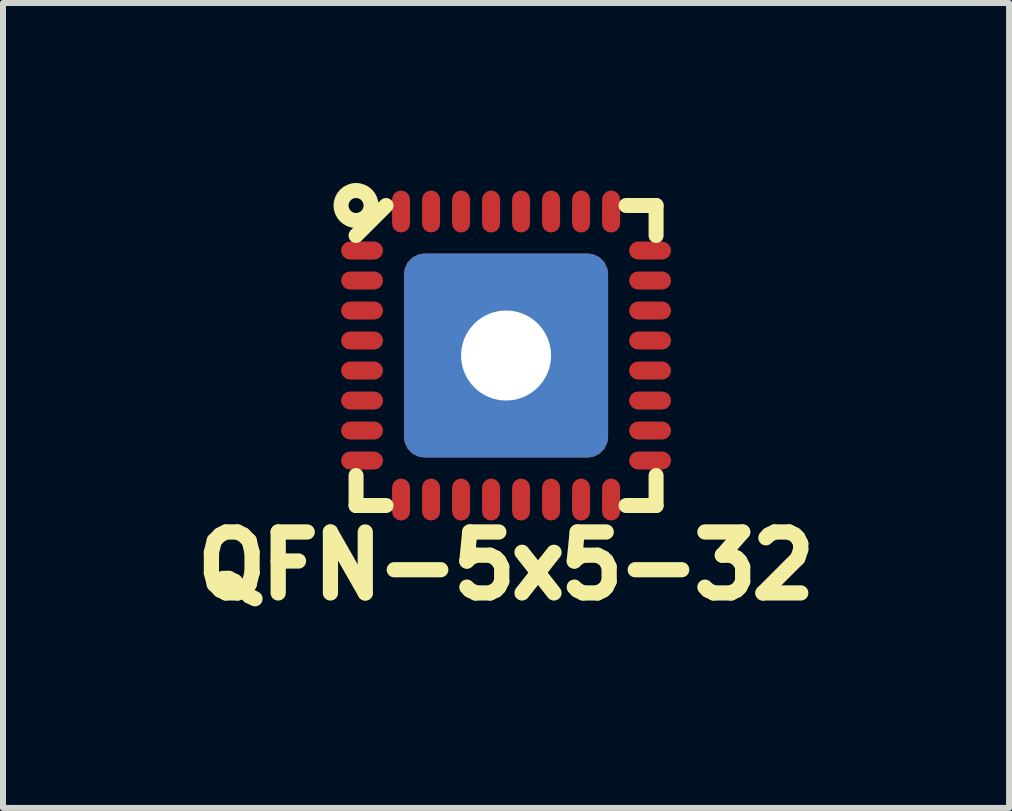
<source format=kicad_pcb>
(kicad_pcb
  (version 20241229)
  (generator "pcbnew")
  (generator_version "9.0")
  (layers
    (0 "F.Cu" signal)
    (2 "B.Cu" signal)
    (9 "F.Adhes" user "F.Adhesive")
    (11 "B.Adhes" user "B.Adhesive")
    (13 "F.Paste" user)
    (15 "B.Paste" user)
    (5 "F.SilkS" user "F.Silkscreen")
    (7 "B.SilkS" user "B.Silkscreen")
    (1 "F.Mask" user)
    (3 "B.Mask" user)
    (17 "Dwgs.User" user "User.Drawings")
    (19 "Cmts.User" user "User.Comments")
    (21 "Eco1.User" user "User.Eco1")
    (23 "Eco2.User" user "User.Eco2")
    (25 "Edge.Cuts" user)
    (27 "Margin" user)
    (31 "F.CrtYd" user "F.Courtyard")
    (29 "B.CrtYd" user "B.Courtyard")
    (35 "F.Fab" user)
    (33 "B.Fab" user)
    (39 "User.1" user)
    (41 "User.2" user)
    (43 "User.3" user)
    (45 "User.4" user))
  (footprint "QFN-5x5-32"
    (layer "F.Cu")
    (at 5.384 2.875)
    (property "Reference" "QFN-5x5-32" (at 0 3.5 0) (layer "F.SilkS") (effects (font (size 1.016 1.016) (thickness 0.254))))
    (attr through_hole)
    (fp_line (start -2.5 2) (end -2.5 2.5) (stroke (width 0.25) (type solid)) (layer "F.SilkS"))
    (fp_line (start -2.5 2.5) (end -2 2.5) (stroke (width 0.25) (type solid)) (layer "F.SilkS"))
    (fp_line (start -2 -2.5) (end -2.5 -2) (stroke (width 0.25) (type solid)) (layer "F.SilkS"))
    (fp_line (start 2 -2.5) (end 2.5 -2.5) (stroke (width 0.25) (type solid)) (layer "F.SilkS"))
    (fp_line (start 2.5 -2.5) (end 2.5 -2) (stroke (width 0.25) (type solid)) (layer "F.SilkS"))
    (fp_line (start 2.5 2) (end 2.5 2.5) (stroke (width 0.25) (type solid)) (layer "F.SilkS"))
    (fp_line (start 2.5 2.5) (end 2 2.5) (stroke (width 0.25) (type solid)) (layer "F.SilkS"))
    (fp_circle (center -2.5 -2.5) (end -2.5 -2.75) (stroke (width 0.25) (type solid)) (fill no) (layer "F.SilkS"))
    (pad "1" smd roundrect (at -2.4 -1.75) (size 0.7 0.3) (layers "F.Cu" "F.Mask" "F.Paste") (roundrect_rratio 0.5))
    (pad "2" smd roundrect (at -2.4 -1.25) (size 0.7 0.3) (layers "F.Cu" "F.Mask" "F.Paste") (roundrect_rratio 0.5))
    (pad "3" smd roundrect (at -2.4 -0.75) (size 0.7 0.3) (layers "F.Cu" "F.Mask" "F.Paste") (roundrect_rratio 0.5))
    (pad "4" smd roundrect (at -2.4 -0.25) (size 0.7 0.3) (layers "F.Cu" "F.Mask" "F.Paste") (roundrect_rratio 0.5))
    (pad "5" smd roundrect (at -2.4 0.25) (size 0.7 0.3) (layers "F.Cu" "F.Mask" "F.Paste") (roundrect_rratio 0.5))
    (pad "6" smd roundrect (at -2.4 0.75) (size 0.7 0.3) (layers "F.Cu" "F.Mask" "F.Paste") (roundrect_rratio 0.5))
    (pad "7" smd roundrect (at -2.4 1.25) (size 0.7 0.3) (layers "F.Cu" "F.Mask" "F.Paste") (roundrect_rratio 0.5))
    (pad "8" smd roundrect (at -2.4 1.75) (size 0.7 0.3) (layers "F.Cu" "F.Mask" "F.Paste") (roundrect_rratio 0.5))
    (pad "9" smd roundrect (at -1.75 2.4) (size 0.3 0.7) (layers "F.Cu" "F.Mask" "F.Paste") (roundrect_rratio 0.5))
    (pad "10" smd roundrect (at -1.25 2.4) (size 0.3 0.7) (layers "F.Cu" "F.Mask" "F.Paste") (roundrect_rratio 0.5))
    (pad "11" smd roundrect (at -0.75 2.4) (size 0.3 0.7) (layers "F.Cu" "F.Mask" "F.Paste") (roundrect_rratio 0.5))
    (pad "12" smd roundrect (at -0.25 2.4) (size 0.3 0.7) (layers "F.Cu" "F.Mask" "F.Paste") (roundrect_rratio 0.5))
    (pad "13" smd roundrect (at 0.25 2.4) (size 0.3 0.7) (layers "F.Cu" "F.Mask" "F.Paste") (roundrect_rratio 0.5))
    (pad "14" smd roundrect (at 0.75 2.4) (size 0.3 0.7) (layers "F.Cu" "F.Mask" "F.Paste") (roundrect_rratio 0.5))
    (pad "15" smd roundrect (at 1.25 2.4) (size 0.3 0.7) (layers "F.Cu" "F.Mask" "F.Paste") (roundrect_rratio 0.5))
    (pad "16" smd roundrect (at 1.75 2.4) (size 0.3 0.7) (layers "F.Cu" "F.Mask" "F.Paste") (roundrect_rratio 0.5))
    (pad "17" smd roundrect (at 2.4 1.75) (size 0.7 0.3) (layers "F.Cu" "F.Mask" "F.Paste") (roundrect_rratio 0.5))
    (pad "18" smd roundrect (at 2.4 1.25) (size 0.7 0.3) (layers "F.Cu" "F.Mask" "F.Paste") (roundrect_rratio 0.5))
    (pad "19" smd roundrect (at 2.4 0.75) (size 0.7 0.3) (layers "F.Cu" "F.Mask" "F.Paste") (roundrect_rratio 0.5))
    (pad "20" smd roundrect (at 2.4 0.25) (size 0.7 0.3) (layers "F.Cu" "F.Mask" "F.Paste") (roundrect_rratio 0.5))
    (pad "21" smd roundrect (at 2.4 -0.25) (size 0.7 0.3) (layers "F.Cu" "F.Mask" "F.Paste") (roundrect_rratio 0.5))
    (pad "22" smd roundrect (at 2.4 -0.75) (size 0.7 0.3) (layers "F.Cu" "F.Mask" "F.Paste") (roundrect_rratio 0.5))
    (pad "23" smd roundrect (at 2.4 -1.25) (size 0.7 0.3) (layers "F.Cu" "F.Mask" "F.Paste") (roundrect_rratio 0.5))
    (pad "24" smd roundrect (at 2.4 -1.75) (size 0.7 0.3) (layers "F.Cu" "F.Mask" "F.Paste") (roundrect_rratio 0.5))
    (pad "25" smd roundrect (at 1.75 -2.4) (size 0.3 0.7) (layers "F.Cu" "F.Mask" "F.Paste") (roundrect_rratio 0.5))
    (pad "26" smd roundrect (at 1.25 -2.4) (size 0.3 0.7) (layers "F.Cu" "F.Mask" "F.Paste") (roundrect_rratio 0.5))
    (pad "27" smd roundrect (at 0.75 -2.4) (size 0.3 0.7) (layers "F.Cu" "F.Mask" "F.Paste") (roundrect_rratio 0.5))
    (pad "28" smd roundrect (at 0.25 -2.4) (size 0.3 0.7) (layers "F.Cu" "F.Mask" "F.Paste") (roundrect_rratio 0.5))
    (pad "29" smd roundrect (at -0.25 -2.4) (size 0.3 0.7) (layers "F.Cu" "F.Mask" "F.Paste") (roundrect_rratio 0.5))
    (pad "30" smd roundrect (at -0.75 -2.4) (size 0.3 0.7) (layers "F.Cu" "F.Mask" "F.Paste") (roundrect_rratio 0.5))
    (pad "31" smd roundrect (at -1.25 -2.4) (size 0.3 0.7) (layers "F.Cu" "F.Mask" "F.Paste") (roundrect_rratio 0.5))
    (pad "32" smd roundrect (at -1.75 -2.4) (size 0.3 0.7) (layers "F.Cu" "F.Mask" "F.Paste") (roundrect_rratio 0.5))
    (pad "PAD" thru_hole roundrect (at 0 0) (size 3.4 3.4) (drill 1.5) (layers "*.Cu" "*.Paste" "*.Mask") (roundrect_rratio 0.1)))
  (gr_rect
    (start -3 -3)
    (end 13.767 10.415)
    (stroke (width 0.1) (type default))
    (fill no)
    (layer "Edge.Cuts")))
</source>
